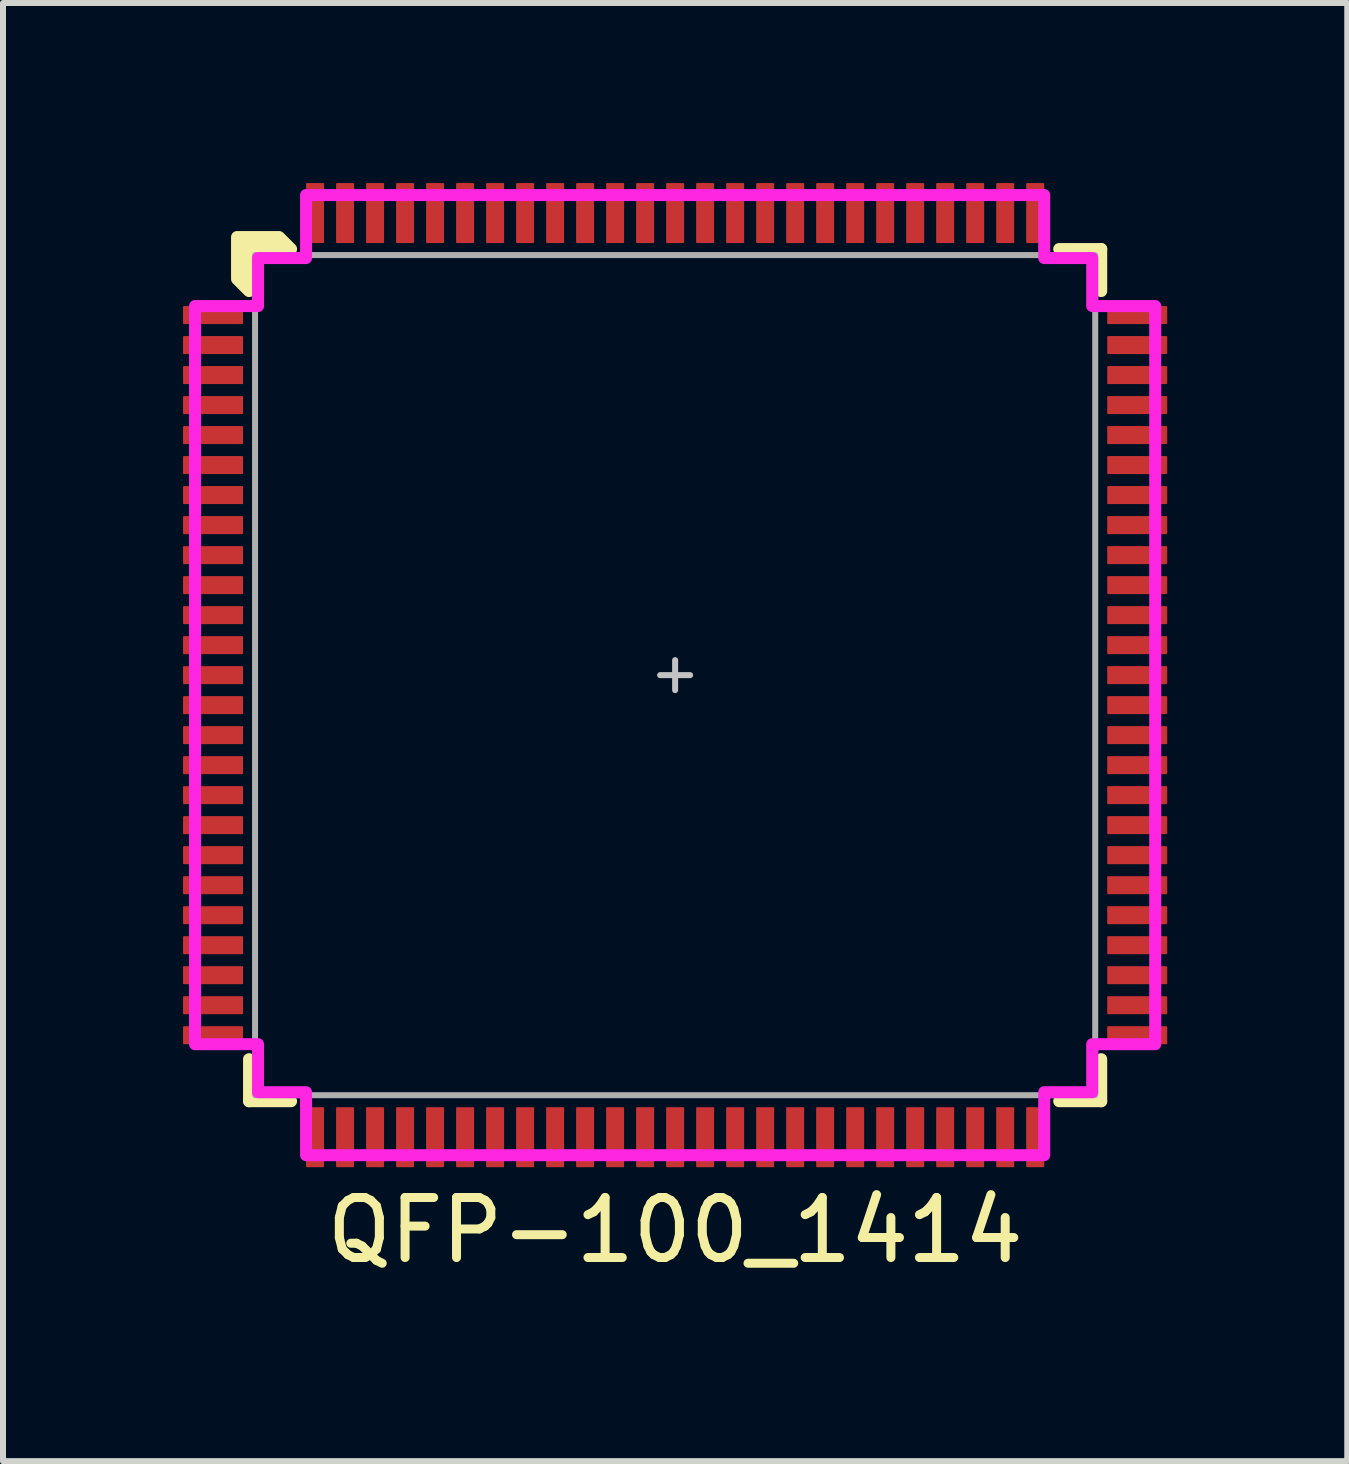
<source format=kicad_pcb>
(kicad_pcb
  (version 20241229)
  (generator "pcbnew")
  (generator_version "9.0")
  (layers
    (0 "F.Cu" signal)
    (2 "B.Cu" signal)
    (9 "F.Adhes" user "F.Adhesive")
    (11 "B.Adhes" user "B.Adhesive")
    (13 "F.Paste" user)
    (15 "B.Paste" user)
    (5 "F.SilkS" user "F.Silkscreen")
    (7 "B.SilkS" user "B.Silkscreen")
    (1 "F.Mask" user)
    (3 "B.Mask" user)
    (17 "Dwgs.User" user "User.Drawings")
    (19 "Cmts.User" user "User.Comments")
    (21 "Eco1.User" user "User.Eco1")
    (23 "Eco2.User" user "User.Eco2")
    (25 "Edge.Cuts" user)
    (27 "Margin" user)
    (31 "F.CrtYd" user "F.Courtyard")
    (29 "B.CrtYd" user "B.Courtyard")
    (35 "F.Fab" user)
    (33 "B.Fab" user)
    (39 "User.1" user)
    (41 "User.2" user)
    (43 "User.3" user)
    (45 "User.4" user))
  (footprint "QFP-100_1414"
    (layer "F.Cu")
    (at 8.2 8.2)
    (property "Reference" "QFP-100_1414" (at 0 9.25 0) (layer "F.SilkS") (effects (font (size 1 1) (thickness 0.15))))
    (attr smd)
    (fp_line (start -7.1 7.1) (end -7.1 6.4) (stroke (width 0.2) (type solid)) (layer "F.SilkS"))
    (fp_line (start -6.4 7.1) (end -7.1 7.1) (stroke (width 0.2) (type solid)) (layer "F.SilkS"))
    (fp_line (start 6.4 -7.1) (end 7.1 -7.1) (stroke (width 0.2) (type solid)) (layer "F.SilkS"))
    (fp_line (start 7.1 -7.1) (end 7.1 -6.4) (stroke (width 0.2) (type solid)) (layer "F.SilkS"))
    (fp_line (start 7.1 6.4) (end 7.1 7.1) (stroke (width 0.2) (type solid)) (layer "F.SilkS"))
    (fp_line (start 7.1 7.1) (end 6.4 7.1) (stroke (width 0.2) (type solid)) (layer "F.SilkS"))
    (fp_poly (pts (xy -6.4 -7.1) (xy -7.1 -7.1) (xy -7.1 -6.4) (xy -7.3 -6.6) (xy -7.3 -7.3) (xy -6.6 -7.3)) (stroke (width 0.2) (type solid)) (fill yes) (layer "F.SilkS"))
    (fp_line (start -0.25 0) (end 0.25 0) (stroke (width 0.1) (type solid)) (layer "Dwgs.User"))
    (fp_line (start 0 -0.25) (end 0 0.25) (stroke (width 0.1) (type solid)) (layer "Dwgs.User"))
    (fp_poly (pts (xy 6.15 -6.95) (xy 6.95 -6.95) (xy 6.95 -6.15) (xy 8 -6.15) (xy 8 6.15) (xy 6.95 6.15) (xy 6.95 6.95) (xy 6.15 6.95) (xy 6.15 8) (xy -6.15 8) (xy -6.15 6.95) (xy -6.95 6.95) (xy -6.95 6.15) (xy -8 6.15) (xy -8 -6.15) (xy -6.95 -6.15) (xy -6.95 -6.95) (xy -6.15 -6.95) (xy -6.15 -8) (xy 6.15 -8)) (stroke (width 0.2) (type solid)) (fill no) (layer "F.CrtYd"))
    (fp_rect (start -7 -7) (end 7 7) (stroke (width 0.1) (type solid)) (fill no) (layer "F.Fab"))
    (pad "1" smd roundrect (at -7.7 -6) (size 1 0.3) (layers "F.Cu" "F.Mask" "F.Paste") (roundrect_rratio 0.05))
    (pad "2" smd roundrect (at -7.7 -5.5) (size 1 0.3) (layers "F.Cu" "F.Mask" "F.Paste") (roundrect_rratio 0.05))
    (pad "3" smd roundrect (at -7.7 -5) (size 1 0.3) (layers "F.Cu" "F.Mask" "F.Paste") (roundrect_rratio 0.05))
    (pad "4" smd roundrect (at -7.7 -4.5) (size 1 0.3) (layers "F.Cu" "F.Mask" "F.Paste") (roundrect_rratio 0.05))
    (pad "5" smd roundrect (at -7.7 -4) (size 1 0.3) (layers "F.Cu" "F.Mask" "F.Paste") (roundrect_rratio 0.05))
    (pad "6" smd roundrect (at -7.7 -3.5) (size 1 0.3) (layers "F.Cu" "F.Mask" "F.Paste") (roundrect_rratio 0.05))
    (pad "7" smd roundrect (at -7.7 -3) (size 1 0.3) (layers "F.Cu" "F.Mask" "F.Paste") (roundrect_rratio 0.05))
    (pad "8" smd roundrect (at -7.7 -2.5) (size 1 0.3) (layers "F.Cu" "F.Mask" "F.Paste") (roundrect_rratio 0.05))
    (pad "9" smd roundrect (at -7.7 -2) (size 1 0.3) (layers "F.Cu" "F.Mask" "F.Paste") (roundrect_rratio 0.05))
    (pad "10" smd roundrect (at -7.7 -1.5) (size 1 0.3) (layers "F.Cu" "F.Mask" "F.Paste") (roundrect_rratio 0.05))
    (pad "11" smd roundrect (at -7.7 -1) (size 1 0.3) (layers "F.Cu" "F.Mask" "F.Paste") (roundrect_rratio 0.05))
    (pad "12" smd roundrect (at -7.7 -0.5) (size 1 0.3) (layers "F.Cu" "F.Mask" "F.Paste") (roundrect_rratio 0.05))
    (pad "13" smd roundrect (at -7.7 0) (size 1 0.3) (layers "F.Cu" "F.Mask" "F.Paste") (roundrect_rratio 0.05))
    (pad "14" smd roundrect (at -7.7 0.5) (size 1 0.3) (layers "F.Cu" "F.Mask" "F.Paste") (roundrect_rratio 0.05))
    (pad "15" smd roundrect (at -7.7 1) (size 1 0.3) (layers "F.Cu" "F.Mask" "F.Paste") (roundrect_rratio 0.05))
    (pad "16" smd roundrect (at -7.7 1.5) (size 1 0.3) (layers "F.Cu" "F.Mask" "F.Paste") (roundrect_rratio 0.05))
    (pad "17" smd roundrect (at -7.7 2) (size 1 0.3) (layers "F.Cu" "F.Mask" "F.Paste") (roundrect_rratio 0.05))
    (pad "18" smd roundrect (at -7.7 2.5) (size 1 0.3) (layers "F.Cu" "F.Mask" "F.Paste") (roundrect_rratio 0.05))
    (pad "19" smd roundrect (at -7.7 3) (size 1 0.3) (layers "F.Cu" "F.Mask" "F.Paste") (roundrect_rratio 0.05))
    (pad "20" smd roundrect (at -7.7 3.5) (size 1 0.3) (layers "F.Cu" "F.Mask" "F.Paste") (roundrect_rratio 0.05))
    (pad "21" smd roundrect (at -7.7 4) (size 1 0.3) (layers "F.Cu" "F.Mask" "F.Paste") (roundrect_rratio 0.05))
    (pad "22" smd roundrect (at -7.7 4.5) (size 1 0.3) (layers "F.Cu" "F.Mask" "F.Paste") (roundrect_rratio 0.05))
    (pad "23" smd roundrect (at -7.7 5) (size 1 0.3) (layers "F.Cu" "F.Mask" "F.Paste") (roundrect_rratio 0.05))
    (pad "24" smd roundrect (at -7.7 5.5) (size 1 0.3) (layers "F.Cu" "F.Mask" "F.Paste") (roundrect_rratio 0.05))
    (pad "25" smd roundrect (at -7.7 6) (size 1 0.3) (layers "F.Cu" "F.Mask" "F.Paste") (roundrect_rratio 0.05))
    (pad "26" smd roundrect (at -6 7.7 90) (size 1 0.3) (layers "F.Cu" "F.Mask" "F.Paste") (roundrect_rratio 0.05))
    (pad "27" smd roundrect (at -5.5 7.7 90) (size 1 0.3) (layers "F.Cu" "F.Mask" "F.Paste") (roundrect_rratio 0.05))
    (pad "28" smd roundrect (at -5 7.7 90) (size 1 0.3) (layers "F.Cu" "F.Mask" "F.Paste") (roundrect_rratio 0.05))
    (pad "29" smd roundrect (at -4.5 7.7 90) (size 1 0.3) (layers "F.Cu" "F.Mask" "F.Paste") (roundrect_rratio 0.05))
    (pad "30" smd roundrect (at -4 7.7 90) (size 1 0.3) (layers "F.Cu" "F.Mask" "F.Paste") (roundrect_rratio 0.05))
    (pad "31" smd roundrect (at -3.5 7.7 90) (size 1 0.3) (layers "F.Cu" "F.Mask" "F.Paste") (roundrect_rratio 0.05))
    (pad "32" smd roundrect (at -3 7.7 90) (size 1 0.3) (layers "F.Cu" "F.Mask" "F.Paste") (roundrect_rratio 0.05))
    (pad "33" smd roundrect (at -2.5 7.7 90) (size 1 0.3) (layers "F.Cu" "F.Mask" "F.Paste") (roundrect_rratio 0.05))
    (pad "34" smd roundrect (at -2 7.7 90) (size 1 0.3) (layers "F.Cu" "F.Mask" "F.Paste") (roundrect_rratio 0.05))
    (pad "35" smd roundrect (at -1.5 7.7 90) (size 1 0.3) (layers "F.Cu" "F.Mask" "F.Paste") (roundrect_rratio 0.05))
    (pad "36" smd roundrect (at -1 7.7 90) (size 1 0.3) (layers "F.Cu" "F.Mask" "F.Paste") (roundrect_rratio 0.05))
    (pad "37" smd roundrect (at -0.5 7.7 90) (size 1 0.3) (layers "F.Cu" "F.Mask" "F.Paste") (roundrect_rratio 0.05))
    (pad "38" smd roundrect (at 0 7.7 90) (size 1 0.3) (layers "F.Cu" "F.Mask" "F.Paste") (roundrect_rratio 0.05))
    (pad "39" smd roundrect (at 0.5 7.7 90) (size 1 0.3) (layers "F.Cu" "F.Mask" "F.Paste") (roundrect_rratio 0.05))
    (pad "40" smd roundrect (at 1 7.7 90) (size 1 0.3) (layers "F.Cu" "F.Mask" "F.Paste") (roundrect_rratio 0.05))
    (pad "41" smd roundrect (at 1.5 7.7 90) (size 1 0.3) (layers "F.Cu" "F.Mask" "F.Paste") (roundrect_rratio 0.05))
    (pad "42" smd roundrect (at 2 7.7 90) (size 1 0.3) (layers "F.Cu" "F.Mask" "F.Paste") (roundrect_rratio 0.05))
    (pad "43" smd roundrect (at 2.5 7.7 90) (size 1 0.3) (layers "F.Cu" "F.Mask" "F.Paste") (roundrect_rratio 0.05))
    (pad "44" smd roundrect (at 3 7.7 90) (size 1 0.3) (layers "F.Cu" "F.Mask" "F.Paste") (roundrect_rratio 0.05))
    (pad "45" smd roundrect (at 3.5 7.7 90) (size 1 0.3) (layers "F.Cu" "F.Mask" "F.Paste") (roundrect_rratio 0.05))
    (pad "46" smd roundrect (at 4 7.7 90) (size 1 0.3) (layers "F.Cu" "F.Mask" "F.Paste") (roundrect_rratio 0.05))
    (pad "47" smd roundrect (at 4.5 7.7 90) (size 1 0.3) (layers "F.Cu" "F.Mask" "F.Paste") (roundrect_rratio 0.05))
    (pad "48" smd roundrect (at 5 7.7 90) (size 1 0.3) (layers "F.Cu" "F.Mask" "F.Paste") (roundrect_rratio 0.05))
    (pad "49" smd roundrect (at 5.5 7.7 90) (size 1 0.3) (layers "F.Cu" "F.Mask" "F.Paste") (roundrect_rratio 0.05))
    (pad "50" smd roundrect (at 6 7.7 90) (size 1 0.3) (layers "F.Cu" "F.Mask" "F.Paste") (roundrect_rratio 0.05))
    (pad "51" smd roundrect (at 7.7 6) (size 1 0.3) (layers "F.Cu" "F.Mask" "F.Paste") (roundrect_rratio 0.05))
    (pad "52" smd roundrect (at 7.7 5.5) (size 1 0.3) (layers "F.Cu" "F.Mask" "F.Paste") (roundrect_rratio 0.05))
    (pad "53" smd roundrect (at 7.7 5) (size 1 0.3) (layers "F.Cu" "F.Mask" "F.Paste") (roundrect_rratio 0.05))
    (pad "54" smd roundrect (at 7.7 4.5) (size 1 0.3) (layers "F.Cu" "F.Mask" "F.Paste") (roundrect_rratio 0.05))
    (pad "55" smd roundrect (at 7.7 4) (size 1 0.3) (layers "F.Cu" "F.Mask" "F.Paste") (roundrect_rratio 0.05))
    (pad "56" smd roundrect (at 7.7 3.5) (size 1 0.3) (layers "F.Cu" "F.Mask" "F.Paste") (roundrect_rratio 0.05))
    (pad "57" smd roundrect (at 7.7 3) (size 1 0.3) (layers "F.Cu" "F.Mask" "F.Paste") (roundrect_rratio 0.05))
    (pad "58" smd roundrect (at 7.7 2.5) (size 1 0.3) (layers "F.Cu" "F.Mask" "F.Paste") (roundrect_rratio 0.05))
    (pad "59" smd roundrect (at 7.7 2) (size 1 0.3) (layers "F.Cu" "F.Mask" "F.Paste") (roundrect_rratio 0.05))
    (pad "60" smd roundrect (at 7.7 1.5) (size 1 0.3) (layers "F.Cu" "F.Mask" "F.Paste") (roundrect_rratio 0.05))
    (pad "61" smd roundrect (at 7.7 1) (size 1 0.3) (layers "F.Cu" "F.Mask" "F.Paste") (roundrect_rratio 0.05))
    (pad "62" smd roundrect (at 7.7 0.5) (size 1 0.3) (layers "F.Cu" "F.Mask" "F.Paste") (roundrect_rratio 0.05))
    (pad "63" smd roundrect (at 7.7 0) (size 1 0.3) (layers "F.Cu" "F.Mask" "F.Paste") (roundrect_rratio 0.05))
    (pad "64" smd roundrect (at 7.7 -0.5) (size 1 0.3) (layers "F.Cu" "F.Mask" "F.Paste") (roundrect_rratio 0.05))
    (pad "65" smd roundrect (at 7.7 -1) (size 1 0.3) (layers "F.Cu" "F.Mask" "F.Paste") (roundrect_rratio 0.05))
    (pad "66" smd roundrect (at 7.7 -1.5) (size 1 0.3) (layers "F.Cu" "F.Mask" "F.Paste") (roundrect_rratio 0.05))
    (pad "67" smd roundrect (at 7.7 -2) (size 1 0.3) (layers "F.Cu" "F.Mask" "F.Paste") (roundrect_rratio 0.05))
    (pad "68" smd roundrect (at 7.7 -2.5) (size 1 0.3) (layers "F.Cu" "F.Mask" "F.Paste") (roundrect_rratio 0.05))
    (pad "69" smd roundrect (at 7.7 -3) (size 1 0.3) (layers "F.Cu" "F.Mask" "F.Paste") (roundrect_rratio 0.05))
    (pad "70" smd roundrect (at 7.7 -3.5) (size 1 0.3) (layers "F.Cu" "F.Mask" "F.Paste") (roundrect_rratio 0.05))
    (pad "71" smd roundrect (at 7.7 -4) (size 1 0.3) (layers "F.Cu" "F.Mask" "F.Paste") (roundrect_rratio 0.05))
    (pad "72" smd roundrect (at 7.7 -4.5) (size 1 0.3) (layers "F.Cu" "F.Mask" "F.Paste") (roundrect_rratio 0.05))
    (pad "73" smd roundrect (at 7.7 -5) (size 1 0.3) (layers "F.Cu" "F.Mask" "F.Paste") (roundrect_rratio 0.05))
    (pad "74" smd roundrect (at 7.7 -5.5) (size 1 0.3) (layers "F.Cu" "F.Mask" "F.Paste") (roundrect_rratio 0.05))
    (pad "75" smd roundrect (at 7.7 -6) (size 1 0.3) (layers "F.Cu" "F.Mask" "F.Paste") (roundrect_rratio 0.05))
    (pad "76" smd roundrect (at 6 -7.7 90) (size 1 0.3) (layers "F.Cu" "F.Mask" "F.Paste") (roundrect_rratio 0.05))
    (pad "77" smd roundrect (at 5.5 -7.7 90) (size 1 0.3) (layers "F.Cu" "F.Mask" "F.Paste") (roundrect_rratio 0.05))
    (pad "78" smd roundrect (at 5 -7.7 90) (size 1 0.3) (layers "F.Cu" "F.Mask" "F.Paste") (roundrect_rratio 0.05))
    (pad "79" smd roundrect (at 4.5 -7.7 90) (size 1 0.3) (layers "F.Cu" "F.Mask" "F.Paste") (roundrect_rratio 0.05))
    (pad "80" smd roundrect (at 4 -7.7 90) (size 1 0.3) (layers "F.Cu" "F.Mask" "F.Paste") (roundrect_rratio 0.05))
    (pad "81" smd roundrect (at 3.5 -7.7 90) (size 1 0.3) (layers "F.Cu" "F.Mask" "F.Paste") (roundrect_rratio 0.05))
    (pad "82" smd roundrect (at 3 -7.7 90) (size 1 0.3) (layers "F.Cu" "F.Mask" "F.Paste") (roundrect_rratio 0.05))
    (pad "83" smd roundrect (at 2.5 -7.7 90) (size 1 0.3) (layers "F.Cu" "F.Mask" "F.Paste") (roundrect_rratio 0.05))
    (pad "84" smd roundrect (at 2 -7.7 90) (size 1 0.3) (layers "F.Cu" "F.Mask" "F.Paste") (roundrect_rratio 0.05))
    (pad "85" smd roundrect (at 1.5 -7.7 90) (size 1 0.3) (layers "F.Cu" "F.Mask" "F.Paste") (roundrect_rratio 0.05))
    (pad "86" smd roundrect (at 1 -7.7 90) (size 1 0.3) (layers "F.Cu" "F.Mask" "F.Paste") (roundrect_rratio 0.05))
    (pad "87" smd roundrect (at 0.5 -7.7 90) (size 1 0.3) (layers "F.Cu" "F.Mask" "F.Paste") (roundrect_rratio 0.05))
    (pad "88" smd roundrect (at 0 -7.7 90) (size 1 0.3) (layers "F.Cu" "F.Mask" "F.Paste") (roundrect_rratio 0.05))
    (pad "89" smd roundrect (at -0.5 -7.7 90) (size 1 0.3) (layers "F.Cu" "F.Mask" "F.Paste") (roundrect_rratio 0.05))
    (pad "90" smd roundrect (at -1 -7.7 90) (size 1 0.3) (layers "F.Cu" "F.Mask" "F.Paste") (roundrect_rratio 0.05))
    (pad "91" smd roundrect (at -1.5 -7.7 90) (size 1 0.3) (layers "F.Cu" "F.Mask" "F.Paste") (roundrect_rratio 0.05))
    (pad "92" smd roundrect (at -2 -7.7 90) (size 1 0.3) (layers "F.Cu" "F.Mask" "F.Paste") (roundrect_rratio 0.05))
    (pad "93" smd roundrect (at -2.5 -7.7 90) (size 1 0.3) (layers "F.Cu" "F.Mask" "F.Paste") (roundrect_rratio 0.05))
    (pad "94" smd roundrect (at -3 -7.7 90) (size 1 0.3) (layers "F.Cu" "F.Mask" "F.Paste") (roundrect_rratio 0.05))
    (pad "95" smd roundrect (at -3.5 -7.7 90) (size 1 0.3) (layers "F.Cu" "F.Mask" "F.Paste") (roundrect_rratio 0.05))
    (pad "96" smd roundrect (at -4 -7.7 90) (size 1 0.3) (layers "F.Cu" "F.Mask" "F.Paste") (roundrect_rratio 0.05))
    (pad "97" smd roundrect (at -4.5 -7.7 90) (size 1 0.3) (layers "F.Cu" "F.Mask" "F.Paste") (roundrect_rratio 0.05))
    (pad "98" smd roundrect (at -5 -7.7 90) (size 1 0.3) (layers "F.Cu" "F.Mask" "F.Paste") (roundrect_rratio 0.05))
    (pad "99" smd roundrect (at -5.5 -7.7 90) (size 1 0.3) (layers "F.Cu" "F.Mask" "F.Paste") (roundrect_rratio 0.05))
    (pad "100" smd roundrect (at -6 -7.7 90) (size 1 0.3) (layers "F.Cu" "F.Mask" "F.Paste") (roundrect_rratio 0.05)))
  (gr_rect
    (start -3 -3)
    (end 19.4 21.298)
    (stroke (width 0.1) (type default))
    (fill no)
    (layer "Edge.Cuts")))
</source>
